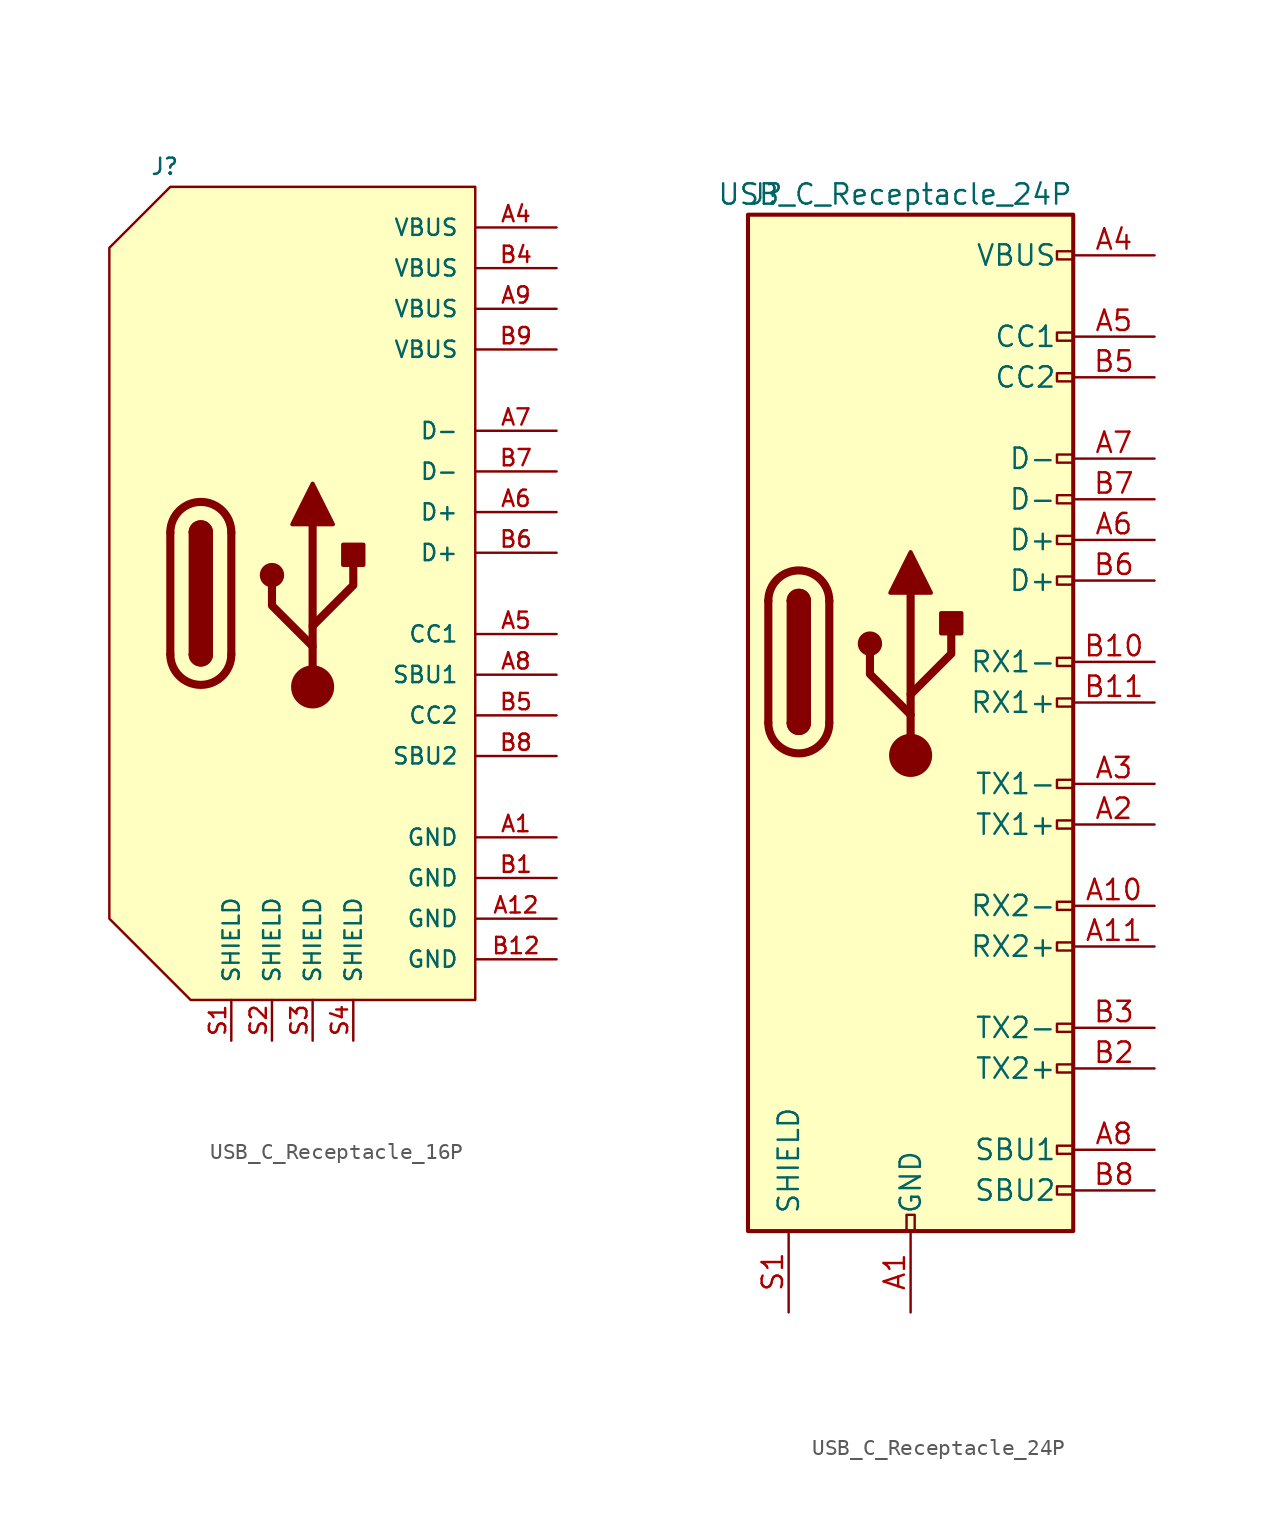
<source format=kicad_sym>
(kicad_symbol_lib
  (version 20211014)
  (generator kicad_symbol_editor)
  (symbol "USB_C_Receptacle_16P"
    (pin_names
      (offset 1.016))
    (property "Reference" "J"
      (at -10.16 26.67 0)
      (effects (font (size 1.016 1.016)) (justify left)))
    (symbol "USB_C_Receptacle_16P_0_1"
      (arc (start -8.89 -3.81) (mid -6.985 -5.715) (end -5.08 -3.81) (stroke (width 0.508) (type default) (color 0 0 0 0)) (fill (type none)))
      (arc (start -7.62 -3.81) (mid -6.985 -4.445) (end -6.35 -3.81) (stroke (width 0.254) (type default) (color 0 0 0 0)) (fill (type none)))
      (arc (start -7.62 -3.81) (mid -6.985 -4.445) (end -6.35 -3.81) (stroke (width 0.254) (type default) (color 0 0 0 0)) (fill (type outline)))
      (rectangle (start -7.62 -3.81) (end -6.35 3.81) (stroke (width 0.254) (type default) (color 0 0 0 0)) (fill (type outline)))
      (arc (start -6.35 3.81) (mid -6.985 4.445) (end -7.62 3.81) (stroke (width 0.254) (type default) (color 0 0 0 0)) (fill (type none)))
      (arc (start -6.35 3.81) (mid -6.985 4.445) (end -7.62 3.81) (stroke (width 0.254) (type default) (color 0 0 0 0)) (fill (type outline)))
      (arc (start -5.08 3.81) (mid -6.985 5.715) (end -8.89 3.81) (stroke (width 0.508) (type default) (color 0 0 0 0)) (fill (type none)))
      (circle (center -2.54 1.143) (radius 0.635) (stroke (width 0.254) (type default) (color 0 0 0 0)) (fill (type outline)))
      (circle (center 0 -5.842) (radius 1.27) (stroke (width 0) (type default) (color 0 0 0 0)) (fill (type outline)))
      (polyline (pts (xy -8.89 -3.81) (xy -8.89 3.81)) (stroke (width 0.508) (type default) (color 0 0 0 0)) (fill (type none)))
      (polyline (pts (xy -5.08 3.81) (xy -5.08 -3.81)) (stroke (width 0.508) (type default) (color 0 0 0 0)) (fill (type none)))
      (polyline (pts (xy 0 -5.842) (xy 0 4.318)) (stroke (width 0.508) (type default) (color 0 0 0 0)) (fill (type none)))
      (polyline (pts (xy 0 -3.302) (xy -2.54 -0.762) (xy -2.54 0.508)) (stroke (width 0.508) (type default) (color 0 0 0 0)) (fill (type none)))
      (polyline (pts (xy 0 -2.032) (xy 2.54 0.508) (xy 2.54 1.778)) (stroke (width 0.508) (type default) (color 0 0 0 0)) (fill (type none)))
      (polyline (pts (xy -1.27 4.318) (xy 0 6.858) (xy 1.27 4.318) (xy -1.27 4.318)) (stroke (width 0.254) (type default) (color 0 0 0 0)) (fill (type outline)))
      (polyline (pts (xy 10.16 25.4) (xy -8.89 25.4) (xy -12.7 21.59) (xy -12.7 -20.32) (xy -7.62 -25.4) (xy 10.16 -25.4) (xy 10.16 25.4)) (stroke (width 0) (type default) (color 0 0 0 0)) (fill (type background)))
      (rectangle (start 1.905 1.778) (end 3.175 3.048) (stroke (width 0.254) (type default) (color 0 0 0 0)) (fill (type outline))))
    (symbol "USB_C_Receptacle_16P_1_1"
      (pin passive line (at 15.24 -15.24 180) (length 5.08) (name "GND" (effects (font (size 1.016 1.016)))) (number "A1" (effects (font (size 1.016 1.016)))))
      (pin passive line (at 15.24 -20.32 180) (length 5.08) (name "GND" (effects (font (size 1.016 1.016)))) (number "A12" (effects (font (size 1.016 1.016)))))
      (pin passive line (at 15.24 22.86 180) (length 5.08) (name "VBUS" (effects (font (size 1.016 1.016)))) (number "A4" (effects (font (size 1.016 1.016)))))
      (pin bidirectional line (at 15.24 -2.54 180) (length 5.08) (name "CC1" (effects (font (size 1.016 1.016)))) (number "A5" (effects (font (size 1.016 1.016)))))
      (pin bidirectional line (at 15.24 5.08 180) (length 5.08) (name "D+" (effects (font (size 1.016 1.016)))) (number "A6" (effects (font (size 1.016 1.016)))))
      (pin bidirectional line (at 15.24 10.16 180) (length 5.08) (name "D-" (effects (font (size 1.016 1.016)))) (number "A7" (effects (font (size 1.016 1.016)))))
      (pin bidirectional line (at 15.24 -5.08 180) (length 5.08) (name "SBU1" (effects (font (size 1.016 1.016)))) (number "A8" (effects (font (size 1.016 1.016)))))
      (pin passive line (at 15.24 17.78 180) (length 5.08) (name "VBUS" (effects (font (size 1.016 1.016)))) (number "A9" (effects (font (size 1.016 1.016)))))
      (pin passive line (at 15.24 -17.78 180) (length 5.08) (name "GND" (effects (font (size 1.016 1.016)))) (number "B1" (effects (font (size 1.016 1.016)))))
      (pin passive line (at 15.24 -22.86 180) (length 5.08) (name "GND" (effects (font (size 1.016 1.016)))) (number "B12" (effects (font (size 1.016 1.016)))))
      (pin passive line (at 15.24 20.32 180) (length 5.08) (name "VBUS" (effects (font (size 1.016 1.016)))) (number "B4" (effects (font (size 1.016 1.016)))))
      (pin bidirectional line (at 15.24 -7.62 180) (length 5.08) (name "CC2" (effects (font (size 1.016 1.016)))) (number "B5" (effects (font (size 1.016 1.016)))))
      (pin bidirectional line (at 15.24 2.54 180) (length 5.08) (name "D+" (effects (font (size 1.016 1.016)))) (number "B6" (effects (font (size 1.016 1.016)))))
      (pin bidirectional line (at 15.24 7.62 180) (length 5.08) (name "D-" (effects (font (size 1.016 1.016)))) (number "B7" (effects (font (size 1.016 1.016)))))
      (pin bidirectional line (at 15.24 -10.16 180) (length 5.08) (name "SBU2" (effects (font (size 1.016 1.016)))) (number "B8" (effects (font (size 1.016 1.016)))))
      (pin passive line (at 15.24 15.24 180) (length 5.08) (name "VBUS" (effects (font (size 1.016 1.016)))) (number "B9" (effects (font (size 1.016 1.016)))))
      (pin passive line (at -5.08 -27.94 90) (length 2.54) (name "SHIELD" (effects (font (size 1.016 1.016)))) (number "S1" (effects (font (size 1.016 1.016)))))
      (pin passive line (at -2.54 -27.94 90) (length 2.54) (name "SHIELD" (effects (font (size 1.016 1.016)))) (number "S2" (effects (font (size 1.016 1.016)))))
      (pin passive line (at 0 -27.94 90) (length 2.54) (name "SHIELD" (effects (font (size 1.016 1.016)))) (number "S3" (effects (font (size 1.016 1.016)))))
      (pin passive line (at 2.54 -27.94 90) (length 2.54) (name "SHIELD" (effects (font (size 1.016 1.016)))) (number "S4" (effects (font (size 1.016 1.016)))))))
  (symbol "USB_C_Receptacle_24P"
    (pin_names
      (offset 1.016))
    (property "Reference" "J"
      (at -10.16 29.21 0)
      (effects (font (size 1.27 1.27)) (justify left)))
    (property "Value" "USB_C_Receptacle_24P"
      (at 10.16 29.21 0)
      (effects (font (size 1.27 1.27)) (justify right)))
    (symbol "USB_C_Receptacle_24P_0_0"
      (rectangle (start -0.254 -35.56) (end 0.254 -34.544) (stroke (width 0) (type default) (color 0 0 0 0)) (fill (type none)))
      (rectangle (start 10.16 -32.766) (end 9.144 -33.274) (stroke (width 0) (type default) (color 0 0 0 0)) (fill (type none)))
      (rectangle (start 10.16 -30.226) (end 9.144 -30.734) (stroke (width 0) (type default) (color 0 0 0 0)) (fill (type none)))
      (rectangle (start 10.16 -25.146) (end 9.144 -25.654) (stroke (width 0) (type default) (color 0 0 0 0)) (fill (type none)))
      (rectangle (start 10.16 -22.606) (end 9.144 -23.114) (stroke (width 0) (type default) (color 0 0 0 0)) (fill (type none)))
      (rectangle (start 10.16 -17.526) (end 9.144 -18.034) (stroke (width 0) (type default) (color 0 0 0 0)) (fill (type none)))
      (rectangle (start 10.16 -14.986) (end 9.144 -15.494) (stroke (width 0) (type default) (color 0 0 0 0)) (fill (type none)))
      (rectangle (start 10.16 -9.906) (end 9.144 -10.414) (stroke (width 0) (type default) (color 0 0 0 0)) (fill (type none)))
      (rectangle (start 10.16 -7.366) (end 9.144 -7.874) (stroke (width 0) (type default) (color 0 0 0 0)) (fill (type none)))
      (rectangle (start 10.16 -2.286) (end 9.144 -2.794) (stroke (width 0) (type default) (color 0 0 0 0)) (fill (type none)))
      (rectangle (start 10.16 0.254) (end 9.144 -0.254) (stroke (width 0) (type default) (color 0 0 0 0)) (fill (type none)))
      (rectangle (start 10.16 5.334) (end 9.144 4.826) (stroke (width 0) (type default) (color 0 0 0 0)) (fill (type none)))
      (rectangle (start 10.16 7.874) (end 9.144 7.366) (stroke (width 0) (type default) (color 0 0 0 0)) (fill (type none)))
      (rectangle (start 10.16 10.414) (end 9.144 9.906) (stroke (width 0) (type default) (color 0 0 0 0)) (fill (type none)))
      (rectangle (start 10.16 12.954) (end 9.144 12.446) (stroke (width 0) (type default) (color 0 0 0 0)) (fill (type none)))
      (rectangle (start 10.16 18.034) (end 9.144 17.526) (stroke (width 0) (type default) (color 0 0 0 0)) (fill (type none)))
      (rectangle (start 10.16 20.574) (end 9.144 20.066) (stroke (width 0) (type default) (color 0 0 0 0)) (fill (type none)))
      (rectangle (start 10.16 25.654) (end 9.144 25.146) (stroke (width 0) (type default) (color 0 0 0 0)) (fill (type none))))
    (symbol "USB_C_Receptacle_24P_0_1"
      (rectangle (start -10.16 27.94) (end 10.16 -35.56) (stroke (width 0.254) (type default) (color 0 0 0 0)) (fill (type background)))
      (arc (start -8.89 -3.81) (mid -6.985 -5.715) (end -5.08 -3.81) (stroke (width 0.508) (type default) (color 0 0 0 0)) (fill (type none)))
      (arc (start -7.62 -3.81) (mid -6.985 -4.445) (end -6.35 -3.81) (stroke (width 0.254) (type default) (color 0 0 0 0)) (fill (type none)))
      (arc (start -7.62 -3.81) (mid -6.985 -4.445) (end -6.35 -3.81) (stroke (width 0.254) (type default) (color 0 0 0 0)) (fill (type outline)))
      (rectangle (start -7.62 -3.81) (end -6.35 3.81) (stroke (width 0.254) (type default) (color 0 0 0 0)) (fill (type outline)))
      (arc (start -6.35 3.81) (mid -6.985 4.445) (end -7.62 3.81) (stroke (width 0.254) (type default) (color 0 0 0 0)) (fill (type none)))
      (arc (start -6.35 3.81) (mid -6.985 4.445) (end -7.62 3.81) (stroke (width 0.254) (type default) (color 0 0 0 0)) (fill (type outline)))
      (arc (start -5.08 3.81) (mid -6.985 5.715) (end -8.89 3.81) (stroke (width 0.508) (type default) (color 0 0 0 0)) (fill (type none)))
      (polyline (pts (xy -8.89 -3.81) (xy -8.89 3.81)) (stroke (width 0.508) (type default) (color 0 0 0 0)) (fill (type none)))
      (polyline (pts (xy -5.08 3.81) (xy -5.08 -3.81)) (stroke (width 0.508) (type default) (color 0 0 0 0)) (fill (type none))))
    (symbol "USB_C_Receptacle_24P_1_1"
      (circle (center -2.54 1.143) (radius 0.635) (stroke (width 0.254) (type default) (color 0 0 0 0)) (fill (type outline)))
      (circle (center 0 -5.842) (radius 1.27) (stroke (width 0) (type default) (color 0 0 0 0)) (fill (type outline)))
      (polyline (pts (xy 0 -5.842) (xy 0 4.318)) (stroke (width 0.508) (type default) (color 0 0 0 0)) (fill (type none)))
      (polyline (pts (xy 0 -3.302) (xy -2.54 -0.762) (xy -2.54 0.508)) (stroke (width 0.508) (type default) (color 0 0 0 0)) (fill (type none)))
      (polyline (pts (xy 0 -2.032) (xy 2.54 0.508) (xy 2.54 1.778)) (stroke (width 0.508) (type default) (color 0 0 0 0)) (fill (type none)))
      (polyline (pts (xy -1.27 4.318) (xy 0 6.858) (xy 1.27 4.318) (xy -1.27 4.318)) (stroke (width 0.254) (type default) (color 0 0 0 0)) (fill (type outline)))
      (rectangle (start 1.905 1.778) (end 3.175 3.048) (stroke (width 0.254) (type default) (color 0 0 0 0)) (fill (type outline)))
      (pin passive line (at 0 -40.64 90) (length 5.08) (name "GND" (effects (font (size 1.27 1.27)))) (number "A1" (effects (font (size 1.27 1.27)))))
      (pin bidirectional line (at 15.24 -15.24 180) (length 5.08) (name "RX2-" (effects (font (size 1.27 1.27)))) (number "A10" (effects (font (size 1.27 1.27)))))
      (pin bidirectional line (at 15.24 -17.78 180) (length 5.08) (name "RX2+" (effects (font (size 1.27 1.27)))) (number "A11" (effects (font (size 1.27 1.27)))))
      (pin passive line (at 0 -40.64 90) (length 5.08) hide (name "GND" (effects (font (size 1.27 1.27)))) (number "A12" (effects (font (size 1.27 1.27)))))
      (pin bidirectional line (at 15.24 -10.16 180) (length 5.08) (name "TX1+" (effects (font (size 1.27 1.27)))) (number "A2" (effects (font (size 1.27 1.27)))))
      (pin bidirectional line (at 15.24 -7.62 180) (length 5.08) (name "TX1-" (effects (font (size 1.27 1.27)))) (number "A3" (effects (font (size 1.27 1.27)))))
      (pin passive line (at 15.24 25.4 180) (length 5.08) (name "VBUS" (effects (font (size 1.27 1.27)))) (number "A4" (effects (font (size 1.27 1.27)))))
      (pin bidirectional line (at 15.24 20.32 180) (length 5.08) (name "CC1" (effects (font (size 1.27 1.27)))) (number "A5" (effects (font (size 1.27 1.27)))))
      (pin bidirectional line (at 15.24 7.62 180) (length 5.08) (name "D+" (effects (font (size 1.27 1.27)))) (number "A6" (effects (font (size 1.27 1.27)))))
      (pin bidirectional line (at 15.24 12.7 180) (length 5.08) (name "D-" (effects (font (size 1.27 1.27)))) (number "A7" (effects (font (size 1.27 1.27)))))
      (pin bidirectional line (at 15.24 -30.48 180) (length 5.08) (name "SBU1" (effects (font (size 1.27 1.27)))) (number "A8" (effects (font (size 1.27 1.27)))))
      (pin passive line (at 15.24 25.4 180) (length 5.08) hide (name "VBUS" (effects (font (size 1.27 1.27)))) (number "A9" (effects (font (size 1.27 1.27)))))
      (pin passive line (at 0 -40.64 90) (length 5.08) hide (name "GND" (effects (font (size 1.27 1.27)))) (number "B1" (effects (font (size 1.27 1.27)))))
      (pin bidirectional line (at 15.24 0 180) (length 5.08) (name "RX1-" (effects (font (size 1.27 1.27)))) (number "B10" (effects (font (size 1.27 1.27)))))
      (pin bidirectional line (at 15.24 -2.54 180) (length 5.08) (name "RX1+" (effects (font (size 1.27 1.27)))) (number "B11" (effects (font (size 1.27 1.27)))))
      (pin passive line (at 0 -40.64 90) (length 5.08) hide (name "GND" (effects (font (size 1.27 1.27)))) (number "B12" (effects (font (size 1.27 1.27)))))
      (pin bidirectional line (at 15.24 -25.4 180) (length 5.08) (name "TX2+" (effects (font (size 1.27 1.27)))) (number "B2" (effects (font (size 1.27 1.27)))))
      (pin bidirectional line (at 15.24 -22.86 180) (length 5.08) (name "TX2-" (effects (font (size 1.27 1.27)))) (number "B3" (effects (font (size 1.27 1.27)))))
      (pin passive line (at 15.24 25.4 180) (length 5.08) hide (name "VBUS" (effects (font (size 1.27 1.27)))) (number "B4" (effects (font (size 1.27 1.27)))))
      (pin bidirectional line (at 15.24 17.78 180) (length 5.08) (name "CC2" (effects (font (size 1.27 1.27)))) (number "B5" (effects (font (size 1.27 1.27)))))
      (pin bidirectional line (at 15.24 5.08 180) (length 5.08) (name "D+" (effects (font (size 1.27 1.27)))) (number "B6" (effects (font (size 1.27 1.27)))))
      (pin bidirectional line (at 15.24 10.16 180) (length 5.08) (name "D-" (effects (font (size 1.27 1.27)))) (number "B7" (effects (font (size 1.27 1.27)))))
      (pin bidirectional line (at 15.24 -33.02 180) (length 5.08) (name "SBU2" (effects (font (size 1.27 1.27)))) (number "B8" (effects (font (size 1.27 1.27)))))
      (pin passive line (at 15.24 25.4 180) (length 5.08) hide (name "VBUS" (effects (font (size 1.27 1.27)))) (number "B9" (effects (font (size 1.27 1.27)))))
      (pin passive line (at -7.62 -40.64 90) (length 5.08) (name "SHIELD" (effects (font (size 1.27 1.27)))) (number "S1" (effects (font (size 1.27 1.27)))))
      (pin passive line (at -7.62 -40.64 90) (length 5.08) hide (name "SHIELD" (effects (font (size 1.27 1.27)))) (number "S2" (effects (font (size 1.27 1.27)))))
      (pin passive line (at -7.62 -40.64 90) (length 5.08) hide (name "SHIELD" (effects (font (size 1.27 1.27)))) (number "S3" (effects (font (size 1.27 1.27)))))
      (pin passive line (at -7.62 -40.64 90) (length 5.08) hide (name "SHIELD" (effects (font (size 1.27 1.27)))) (number "S4" (effects (font (size 1.27 1.27))))))))
</source>
